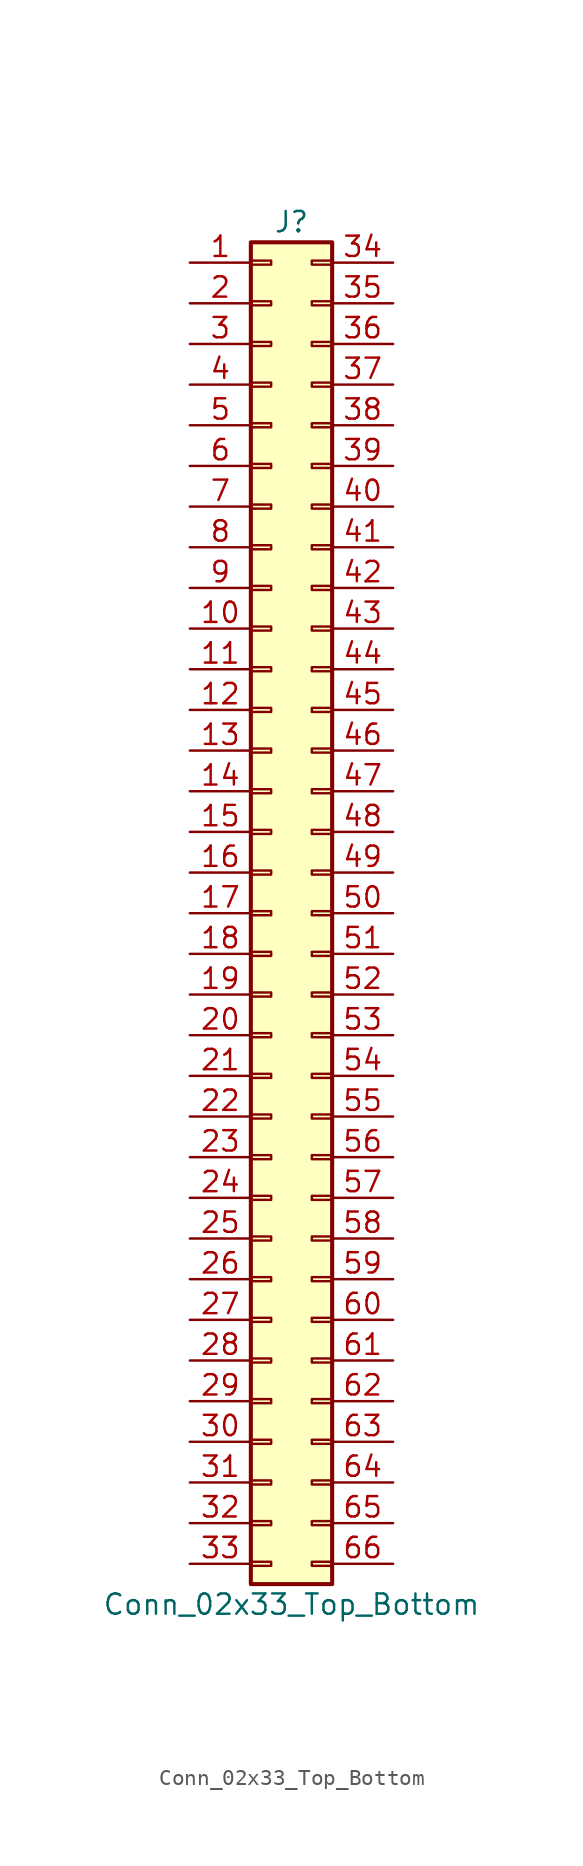
<source format=kicad_sym>
(kicad_symbol_lib
  (version 20211014)
  (generator kicad_symbol_editor)
  (symbol "Conn_02x33_Top_Bottom"
    (pin_names
      (offset 1.016) hide)
    (property "Reference" "J"
      (at 1.27 43.18 0)
      (effects (font (size 1.27 1.27))))
    (property "Value" "Conn_02x33_Top_Bottom"
      (at 1.27 -43.18 0)
      (effects (font (size 1.27 1.27))))
    (symbol "Conn_02x33_Top_Bottom_1_1"
      (rectangle (start -1.27 -40.513) (end 0 -40.767) (stroke (width 0.152) (type default) (color 0 0 0 0)) (fill (type none)))
      (rectangle (start -1.27 -37.973) (end 0 -38.227) (stroke (width 0.152) (type default) (color 0 0 0 0)) (fill (type none)))
      (rectangle (start -1.27 -35.433) (end 0 -35.687) (stroke (width 0.152) (type default) (color 0 0 0 0)) (fill (type none)))
      (rectangle (start -1.27 -32.893) (end 0 -33.147) (stroke (width 0.152) (type default) (color 0 0 0 0)) (fill (type none)))
      (rectangle (start -1.27 -30.353) (end 0 -30.607) (stroke (width 0.152) (type default) (color 0 0 0 0)) (fill (type none)))
      (rectangle (start -1.27 -27.813) (end 0 -28.067) (stroke (width 0.152) (type default) (color 0 0 0 0)) (fill (type none)))
      (rectangle (start -1.27 -25.273) (end 0 -25.527) (stroke (width 0.152) (type default) (color 0 0 0 0)) (fill (type none)))
      (rectangle (start -1.27 -22.733) (end 0 -22.987) (stroke (width 0.152) (type default) (color 0 0 0 0)) (fill (type none)))
      (rectangle (start -1.27 -20.193) (end 0 -20.447) (stroke (width 0.152) (type default) (color 0 0 0 0)) (fill (type none)))
      (rectangle (start -1.27 -17.653) (end 0 -17.907) (stroke (width 0.152) (type default) (color 0 0 0 0)) (fill (type none)))
      (rectangle (start -1.27 -15.113) (end 0 -15.367) (stroke (width 0.152) (type default) (color 0 0 0 0)) (fill (type none)))
      (rectangle (start -1.27 -12.573) (end 0 -12.827) (stroke (width 0.152) (type default) (color 0 0 0 0)) (fill (type none)))
      (rectangle (start -1.27 -10.033) (end 0 -10.287) (stroke (width 0.152) (type default) (color 0 0 0 0)) (fill (type none)))
      (rectangle (start -1.27 -7.493) (end 0 -7.747) (stroke (width 0.152) (type default) (color 0 0 0 0)) (fill (type none)))
      (rectangle (start -1.27 -4.953) (end 0 -5.207) (stroke (width 0.152) (type default) (color 0 0 0 0)) (fill (type none)))
      (rectangle (start -1.27 -2.413) (end 0 -2.667) (stroke (width 0.152) (type default) (color 0 0 0 0)) (fill (type none)))
      (rectangle (start -1.27 0.127) (end 0 -0.127) (stroke (width 0.152) (type default) (color 0 0 0 0)) (fill (type none)))
      (rectangle (start -1.27 2.667) (end 0 2.413) (stroke (width 0.152) (type default) (color 0 0 0 0)) (fill (type none)))
      (rectangle (start -1.27 5.207) (end 0 4.953) (stroke (width 0.152) (type default) (color 0 0 0 0)) (fill (type none)))
      (rectangle (start -1.27 7.747) (end 0 7.493) (stroke (width 0.152) (type default) (color 0 0 0 0)) (fill (type none)))
      (rectangle (start -1.27 10.287) (end 0 10.033) (stroke (width 0.152) (type default) (color 0 0 0 0)) (fill (type none)))
      (rectangle (start -1.27 12.827) (end 0 12.573) (stroke (width 0.152) (type default) (color 0 0 0 0)) (fill (type none)))
      (rectangle (start -1.27 15.367) (end 0 15.113) (stroke (width 0.152) (type default) (color 0 0 0 0)) (fill (type none)))
      (rectangle (start -1.27 17.907) (end 0 17.653) (stroke (width 0.152) (type default) (color 0 0 0 0)) (fill (type none)))
      (rectangle (start -1.27 20.447) (end 0 20.193) (stroke (width 0.152) (type default) (color 0 0 0 0)) (fill (type none)))
      (rectangle (start -1.27 22.987) (end 0 22.733) (stroke (width 0.152) (type default) (color 0 0 0 0)) (fill (type none)))
      (rectangle (start -1.27 25.527) (end 0 25.273) (stroke (width 0.152) (type default) (color 0 0 0 0)) (fill (type none)))
      (rectangle (start -1.27 28.067) (end 0 27.813) (stroke (width 0.152) (type default) (color 0 0 0 0)) (fill (type none)))
      (rectangle (start -1.27 30.607) (end 0 30.353) (stroke (width 0.152) (type default) (color 0 0 0 0)) (fill (type none)))
      (rectangle (start -1.27 33.147) (end 0 32.893) (stroke (width 0.152) (type default) (color 0 0 0 0)) (fill (type none)))
      (rectangle (start -1.27 35.687) (end 0 35.433) (stroke (width 0.152) (type default) (color 0 0 0 0)) (fill (type none)))
      (rectangle (start -1.27 38.227) (end 0 37.973) (stroke (width 0.152) (type default) (color 0 0 0 0)) (fill (type none)))
      (rectangle (start -1.27 40.767) (end 0 40.513) (stroke (width 0.152) (type default) (color 0 0 0 0)) (fill (type none)))
      (rectangle (start -1.27 41.91) (end 3.81 -41.91) (stroke (width 0.254) (type default) (color 0 0 0 0)) (fill (type background)))
      (rectangle (start 3.81 -40.513) (end 2.54 -40.767) (stroke (width 0.152) (type default) (color 0 0 0 0)) (fill (type none)))
      (rectangle (start 3.81 -37.973) (end 2.54 -38.227) (stroke (width 0.152) (type default) (color 0 0 0 0)) (fill (type none)))
      (rectangle (start 3.81 -35.433) (end 2.54 -35.687) (stroke (width 0.152) (type default) (color 0 0 0 0)) (fill (type none)))
      (rectangle (start 3.81 -32.893) (end 2.54 -33.147) (stroke (width 0.152) (type default) (color 0 0 0 0)) (fill (type none)))
      (rectangle (start 3.81 -30.353) (end 2.54 -30.607) (stroke (width 0.152) (type default) (color 0 0 0 0)) (fill (type none)))
      (rectangle (start 3.81 -27.813) (end 2.54 -28.067) (stroke (width 0.152) (type default) (color 0 0 0 0)) (fill (type none)))
      (rectangle (start 3.81 -25.273) (end 2.54 -25.527) (stroke (width 0.152) (type default) (color 0 0 0 0)) (fill (type none)))
      (rectangle (start 3.81 -22.733) (end 2.54 -22.987) (stroke (width 0.152) (type default) (color 0 0 0 0)) (fill (type none)))
      (rectangle (start 3.81 -20.193) (end 2.54 -20.447) (stroke (width 0.152) (type default) (color 0 0 0 0)) (fill (type none)))
      (rectangle (start 3.81 -17.653) (end 2.54 -17.907) (stroke (width 0.152) (type default) (color 0 0 0 0)) (fill (type none)))
      (rectangle (start 3.81 -15.113) (end 2.54 -15.367) (stroke (width 0.152) (type default) (color 0 0 0 0)) (fill (type none)))
      (rectangle (start 3.81 -12.573) (end 2.54 -12.827) (stroke (width 0.152) (type default) (color 0 0 0 0)) (fill (type none)))
      (rectangle (start 3.81 -10.033) (end 2.54 -10.287) (stroke (width 0.152) (type default) (color 0 0 0 0)) (fill (type none)))
      (rectangle (start 3.81 -7.493) (end 2.54 -7.747) (stroke (width 0.152) (type default) (color 0 0 0 0)) (fill (type none)))
      (rectangle (start 3.81 -4.953) (end 2.54 -5.207) (stroke (width 0.152) (type default) (color 0 0 0 0)) (fill (type none)))
      (rectangle (start 3.81 -2.413) (end 2.54 -2.667) (stroke (width 0.152) (type default) (color 0 0 0 0)) (fill (type none)))
      (rectangle (start 3.81 0.127) (end 2.54 -0.127) (stroke (width 0.152) (type default) (color 0 0 0 0)) (fill (type none)))
      (rectangle (start 3.81 2.667) (end 2.54 2.413) (stroke (width 0.152) (type default) (color 0 0 0 0)) (fill (type none)))
      (rectangle (start 3.81 5.207) (end 2.54 4.953) (stroke (width 0.152) (type default) (color 0 0 0 0)) (fill (type none)))
      (rectangle (start 3.81 7.747) (end 2.54 7.493) (stroke (width 0.152) (type default) (color 0 0 0 0)) (fill (type none)))
      (rectangle (start 3.81 10.287) (end 2.54 10.033) (stroke (width 0.152) (type default) (color 0 0 0 0)) (fill (type none)))
      (rectangle (start 3.81 12.827) (end 2.54 12.573) (stroke (width 0.152) (type default) (color 0 0 0 0)) (fill (type none)))
      (rectangle (start 3.81 15.367) (end 2.54 15.113) (stroke (width 0.152) (type default) (color 0 0 0 0)) (fill (type none)))
      (rectangle (start 3.81 17.907) (end 2.54 17.653) (stroke (width 0.152) (type default) (color 0 0 0 0)) (fill (type none)))
      (rectangle (start 3.81 20.447) (end 2.54 20.193) (stroke (width 0.152) (type default) (color 0 0 0 0)) (fill (type none)))
      (rectangle (start 3.81 22.987) (end 2.54 22.733) (stroke (width 0.152) (type default) (color 0 0 0 0)) (fill (type none)))
      (rectangle (start 3.81 25.527) (end 2.54 25.273) (stroke (width 0.152) (type default) (color 0 0 0 0)) (fill (type none)))
      (rectangle (start 3.81 28.067) (end 2.54 27.813) (stroke (width 0.152) (type default) (color 0 0 0 0)) (fill (type none)))
      (rectangle (start 3.81 30.607) (end 2.54 30.353) (stroke (width 0.152) (type default) (color 0 0 0 0)) (fill (type none)))
      (rectangle (start 3.81 33.147) (end 2.54 32.893) (stroke (width 0.152) (type default) (color 0 0 0 0)) (fill (type none)))
      (rectangle (start 3.81 35.687) (end 2.54 35.433) (stroke (width 0.152) (type default) (color 0 0 0 0)) (fill (type none)))
      (rectangle (start 3.81 38.227) (end 2.54 37.973) (stroke (width 0.152) (type default) (color 0 0 0 0)) (fill (type none)))
      (rectangle (start 3.81 40.767) (end 2.54 40.513) (stroke (width 0.152) (type default) (color 0 0 0 0)) (fill (type none)))
      (pin passive line (at -5.08 40.64 0) (length 3.81) (name "Pin_1" (effects (font (size 1.27 1.27)))) (number "1" (effects (font (size 1.27 1.27)))))
      (pin passive line (at -5.08 17.78 0) (length 3.81) (name "Pin_10" (effects (font (size 1.27 1.27)))) (number "10" (effects (font (size 1.27 1.27)))))
      (pin passive line (at -5.08 15.24 0) (length 3.81) (name "Pin_11" (effects (font (size 1.27 1.27)))) (number "11" (effects (font (size 1.27 1.27)))))
      (pin passive line (at -5.08 12.7 0) (length 3.81) (name "Pin_12" (effects (font (size 1.27 1.27)))) (number "12" (effects (font (size 1.27 1.27)))))
      (pin passive line (at -5.08 10.16 0) (length 3.81) (name "Pin_13" (effects (font (size 1.27 1.27)))) (number "13" (effects (font (size 1.27 1.27)))))
      (pin passive line (at -5.08 7.62 0) (length 3.81) (name "Pin_14" (effects (font (size 1.27 1.27)))) (number "14" (effects (font (size 1.27 1.27)))))
      (pin passive line (at -5.08 5.08 0) (length 3.81) (name "Pin_15" (effects (font (size 1.27 1.27)))) (number "15" (effects (font (size 1.27 1.27)))))
      (pin passive line (at -5.08 2.54 0) (length 3.81) (name "Pin_16" (effects (font (size 1.27 1.27)))) (number "16" (effects (font (size 1.27 1.27)))))
      (pin passive line (at -5.08 0 0) (length 3.81) (name "Pin_17" (effects (font (size 1.27 1.27)))) (number "17" (effects (font (size 1.27 1.27)))))
      (pin passive line (at -5.08 -2.54 0) (length 3.81) (name "Pin_18" (effects (font (size 1.27 1.27)))) (number "18" (effects (font (size 1.27 1.27)))))
      (pin passive line (at -5.08 -5.08 0) (length 3.81) (name "Pin_19" (effects (font (size 1.27 1.27)))) (number "19" (effects (font (size 1.27 1.27)))))
      (pin passive line (at -5.08 38.1 0) (length 3.81) (name "Pin_2" (effects (font (size 1.27 1.27)))) (number "2" (effects (font (size 1.27 1.27)))))
      (pin passive line (at -5.08 -7.62 0) (length 3.81) (name "Pin_20" (effects (font (size 1.27 1.27)))) (number "20" (effects (font (size 1.27 1.27)))))
      (pin passive line (at -5.08 -10.16 0) (length 3.81) (name "Pin_21" (effects (font (size 1.27 1.27)))) (number "21" (effects (font (size 1.27 1.27)))))
      (pin passive line (at -5.08 -12.7 0) (length 3.81) (name "Pin_22" (effects (font (size 1.27 1.27)))) (number "22" (effects (font (size 1.27 1.27)))))
      (pin passive line (at -5.08 -15.24 0) (length 3.81) (name "Pin_23" (effects (font (size 1.27 1.27)))) (number "23" (effects (font (size 1.27 1.27)))))
      (pin passive line (at -5.08 -17.78 0) (length 3.81) (name "Pin_24" (effects (font (size 1.27 1.27)))) (number "24" (effects (font (size 1.27 1.27)))))
      (pin passive line (at -5.08 -20.32 0) (length 3.81) (name "Pin_25" (effects (font (size 1.27 1.27)))) (number "25" (effects (font (size 1.27 1.27)))))
      (pin passive line (at -5.08 -22.86 0) (length 3.81) (name "Pin_26" (effects (font (size 1.27 1.27)))) (number "26" (effects (font (size 1.27 1.27)))))
      (pin passive line (at -5.08 -25.4 0) (length 3.81) (name "Pin_27" (effects (font (size 1.27 1.27)))) (number "27" (effects (font (size 1.27 1.27)))))
      (pin passive line (at -5.08 -27.94 0) (length 3.81) (name "Pin_28" (effects (font (size 1.27 1.27)))) (number "28" (effects (font (size 1.27 1.27)))))
      (pin passive line (at -5.08 -30.48 0) (length 3.81) (name "Pin_29" (effects (font (size 1.27 1.27)))) (number "29" (effects (font (size 1.27 1.27)))))
      (pin passive line (at -5.08 35.56 0) (length 3.81) (name "Pin_3" (effects (font (size 1.27 1.27)))) (number "3" (effects (font (size 1.27 1.27)))))
      (pin passive line (at -5.08 -33.02 0) (length 3.81) (name "Pin_30" (effects (font (size 1.27 1.27)))) (number "30" (effects (font (size 1.27 1.27)))))
      (pin passive line (at -5.08 -35.56 0) (length 3.81) (name "Pin_31" (effects (font (size 1.27 1.27)))) (number "31" (effects (font (size 1.27 1.27)))))
      (pin passive line (at -5.08 -38.1 0) (length 3.81) (name "Pin_32" (effects (font (size 1.27 1.27)))) (number "32" (effects (font (size 1.27 1.27)))))
      (pin passive line (at -5.08 -40.64 0) (length 3.81) (name "Pin_33" (effects (font (size 1.27 1.27)))) (number "33" (effects (font (size 1.27 1.27)))))
      (pin passive line (at 7.62 40.64 180) (length 3.81) (name "Pin_34" (effects (font (size 1.27 1.27)))) (number "34" (effects (font (size 1.27 1.27)))))
      (pin passive line (at 7.62 38.1 180) (length 3.81) (name "Pin_35" (effects (font (size 1.27 1.27)))) (number "35" (effects (font (size 1.27 1.27)))))
      (pin passive line (at 7.62 35.56 180) (length 3.81) (name "Pin_36" (effects (font (size 1.27 1.27)))) (number "36" (effects (font (size 1.27 1.27)))))
      (pin passive line (at 7.62 33.02 180) (length 3.81) (name "Pin_37" (effects (font (size 1.27 1.27)))) (number "37" (effects (font (size 1.27 1.27)))))
      (pin passive line (at 7.62 30.48 180) (length 3.81) (name "Pin_38" (effects (font (size 1.27 1.27)))) (number "38" (effects (font (size 1.27 1.27)))))
      (pin passive line (at 7.62 27.94 180) (length 3.81) (name "Pin_39" (effects (font (size 1.27 1.27)))) (number "39" (effects (font (size 1.27 1.27)))))
      (pin passive line (at -5.08 33.02 0) (length 3.81) (name "Pin_4" (effects (font (size 1.27 1.27)))) (number "4" (effects (font (size 1.27 1.27)))))
      (pin passive line (at 7.62 25.4 180) (length 3.81) (name "Pin_40" (effects (font (size 1.27 1.27)))) (number "40" (effects (font (size 1.27 1.27)))))
      (pin passive line (at 7.62 22.86 180) (length 3.81) (name "Pin_41" (effects (font (size 1.27 1.27)))) (number "41" (effects (font (size 1.27 1.27)))))
      (pin passive line (at 7.62 20.32 180) (length 3.81) (name "Pin_42" (effects (font (size 1.27 1.27)))) (number "42" (effects (font (size 1.27 1.27)))))
      (pin passive line (at 7.62 17.78 180) (length 3.81) (name "Pin_43" (effects (font (size 1.27 1.27)))) (number "43" (effects (font (size 1.27 1.27)))))
      (pin passive line (at 7.62 15.24 180) (length 3.81) (name "Pin_44" (effects (font (size 1.27 1.27)))) (number "44" (effects (font (size 1.27 1.27)))))
      (pin passive line (at 7.62 12.7 180) (length 3.81) (name "Pin_45" (effects (font (size 1.27 1.27)))) (number "45" (effects (font (size 1.27 1.27)))))
      (pin passive line (at 7.62 10.16 180) (length 3.81) (name "Pin_46" (effects (font (size 1.27 1.27)))) (number "46" (effects (font (size 1.27 1.27)))))
      (pin passive line (at 7.62 7.62 180) (length 3.81) (name "Pin_47" (effects (font (size 1.27 1.27)))) (number "47" (effects (font (size 1.27 1.27)))))
      (pin passive line (at 7.62 5.08 180) (length 3.81) (name "Pin_48" (effects (font (size 1.27 1.27)))) (number "48" (effects (font (size 1.27 1.27)))))
      (pin passive line (at 7.62 2.54 180) (length 3.81) (name "Pin_49" (effects (font (size 1.27 1.27)))) (number "49" (effects (font (size 1.27 1.27)))))
      (pin passive line (at -5.08 30.48 0) (length 3.81) (name "Pin_5" (effects (font (size 1.27 1.27)))) (number "5" (effects (font (size 1.27 1.27)))))
      (pin passive line (at 7.62 0 180) (length 3.81) (name "Pin_50" (effects (font (size 1.27 1.27)))) (number "50" (effects (font (size 1.27 1.27)))))
      (pin passive line (at 7.62 -2.54 180) (length 3.81) (name "Pin_51" (effects (font (size 1.27 1.27)))) (number "51" (effects (font (size 1.27 1.27)))))
      (pin passive line (at 7.62 -5.08 180) (length 3.81) (name "Pin_52" (effects (font (size 1.27 1.27)))) (number "52" (effects (font (size 1.27 1.27)))))
      (pin passive line (at 7.62 -7.62 180) (length 3.81) (name "Pin_53" (effects (font (size 1.27 1.27)))) (number "53" (effects (font (size 1.27 1.27)))))
      (pin passive line (at 7.62 -10.16 180) (length 3.81) (name "Pin_54" (effects (font (size 1.27 1.27)))) (number "54" (effects (font (size 1.27 1.27)))))
      (pin passive line (at 7.62 -12.7 180) (length 3.81) (name "Pin_55" (effects (font (size 1.27 1.27)))) (number "55" (effects (font (size 1.27 1.27)))))
      (pin passive line (at 7.62 -15.24 180) (length 3.81) (name "Pin_56" (effects (font (size 1.27 1.27)))) (number "56" (effects (font (size 1.27 1.27)))))
      (pin passive line (at 7.62 -17.78 180) (length 3.81) (name "Pin_57" (effects (font (size 1.27 1.27)))) (number "57" (effects (font (size 1.27 1.27)))))
      (pin passive line (at 7.62 -20.32 180) (length 3.81) (name "Pin_58" (effects (font (size 1.27 1.27)))) (number "58" (effects (font (size 1.27 1.27)))))
      (pin passive line (at 7.62 -22.86 180) (length 3.81) (name "Pin_59" (effects (font (size 1.27 1.27)))) (number "59" (effects (font (size 1.27 1.27)))))
      (pin passive line (at -5.08 27.94 0) (length 3.81) (name "Pin_6" (effects (font (size 1.27 1.27)))) (number "6" (effects (font (size 1.27 1.27)))))
      (pin passive line (at 7.62 -25.4 180) (length 3.81) (name "Pin_60" (effects (font (size 1.27 1.27)))) (number "60" (effects (font (size 1.27 1.27)))))
      (pin passive line (at 7.62 -27.94 180) (length 3.81) (name "Pin_61" (effects (font (size 1.27 1.27)))) (number "61" (effects (font (size 1.27 1.27)))))
      (pin passive line (at 7.62 -30.48 180) (length 3.81) (name "Pin_62" (effects (font (size 1.27 1.27)))) (number "62" (effects (font (size 1.27 1.27)))))
      (pin passive line (at 7.62 -33.02 180) (length 3.81) (name "Pin_63" (effects (font (size 1.27 1.27)))) (number "63" (effects (font (size 1.27 1.27)))))
      (pin passive line (at 7.62 -35.56 180) (length 3.81) (name "Pin_64" (effects (font (size 1.27 1.27)))) (number "64" (effects (font (size 1.27 1.27)))))
      (pin passive line (at 7.62 -38.1 180) (length 3.81) (name "Pin_65" (effects (font (size 1.27 1.27)))) (number "65" (effects (font (size 1.27 1.27)))))
      (pin passive line (at 7.62 -40.64 180) (length 3.81) (name "Pin_66" (effects (font (size 1.27 1.27)))) (number "66" (effects (font (size 1.27 1.27)))))
      (pin passive line (at -5.08 25.4 0) (length 3.81) (name "Pin_7" (effects (font (size 1.27 1.27)))) (number "7" (effects (font (size 1.27 1.27)))))
      (pin passive line (at -5.08 22.86 0) (length 3.81) (name "Pin_8" (effects (font (size 1.27 1.27)))) (number "8" (effects (font (size 1.27 1.27)))))
      (pin passive line (at -5.08 20.32 0) (length 3.81) (name "Pin_9" (effects (font (size 1.27 1.27)))) (number "9" (effects (font (size 1.27 1.27))))))))
</source>
